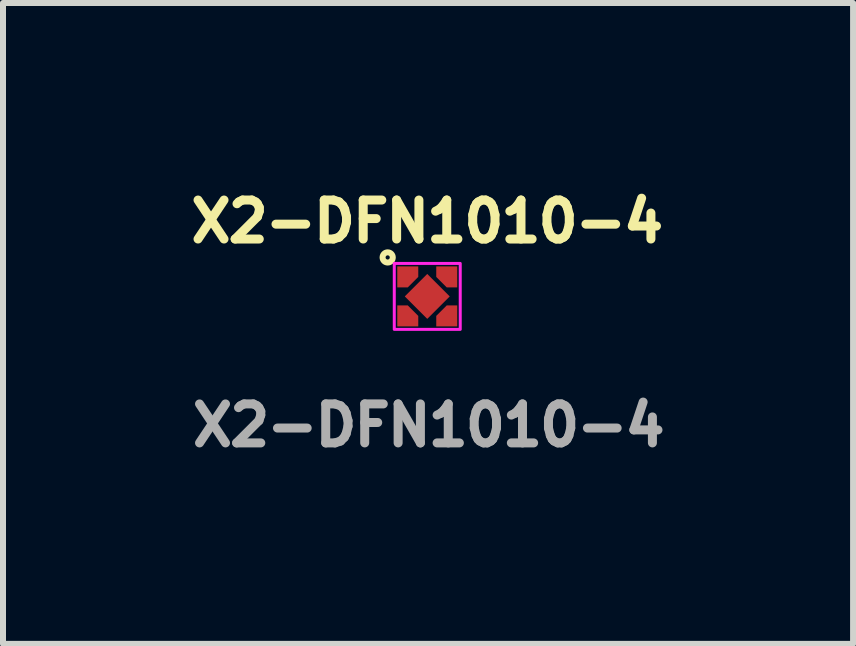
<source format=kicad_pcb>
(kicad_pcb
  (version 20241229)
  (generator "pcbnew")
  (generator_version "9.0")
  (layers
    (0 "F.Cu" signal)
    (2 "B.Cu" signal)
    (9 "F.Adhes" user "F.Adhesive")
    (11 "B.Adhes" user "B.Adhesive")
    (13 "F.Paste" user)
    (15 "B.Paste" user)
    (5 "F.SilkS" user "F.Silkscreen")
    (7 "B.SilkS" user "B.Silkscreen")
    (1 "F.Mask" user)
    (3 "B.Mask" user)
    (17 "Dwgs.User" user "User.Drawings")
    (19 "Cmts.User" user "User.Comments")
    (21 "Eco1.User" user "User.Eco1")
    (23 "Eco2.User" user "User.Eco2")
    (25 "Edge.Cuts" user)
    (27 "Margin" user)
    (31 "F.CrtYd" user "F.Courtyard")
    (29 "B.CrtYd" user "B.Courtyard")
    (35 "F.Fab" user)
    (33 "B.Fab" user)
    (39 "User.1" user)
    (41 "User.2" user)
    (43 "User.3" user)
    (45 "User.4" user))
  (footprint "X2-DFN1010-4"
    (layer "F.Cu")
    (at 4.075 1.893)
    (property "Reference" "X2-DFN1010-4" (at 0 -1.25 0) (unlocked yes) (layer "F.SilkS") (effects (font (size 0.65 0.65) (thickness 0.15) (bold yes))))
    (attr smd)
    (fp_circle (center -0.66 -0.65) (end -0.625 -0.65) (stroke (width 0.1) (type default)) (fill no) (layer "F.SilkS"))
    (fp_rect (start -0.55 -0.55) (end 0.55 0.55) (stroke (width 0.05) (type default)) (fill no) (layer "F.CrtYd"))
    (fp_text user "${REFERENCE}" (at 0.025 2.15 0) (unlocked yes) (layer "F.Fab") (effects (font (size 0.65 0.65) (thickness 0.15))))
    (pad "1" smd roundrect (at -0.325 -0.325) (size 0.35 0.35) (layers "F.Cu" "F.Mask" "F.Paste") (roundrect_rratio 0) (chamfer_ratio 0.5) (chamfer bottom_right))
    (pad "2" smd roundrect (at 0.325 0.325 180) (size 0.35 0.35) (layers "F.Cu" "F.Mask" "F.Paste") (roundrect_rratio 0) (chamfer_ratio 0.5) (chamfer bottom_right))
    (pad "3" smd roundrect (at 0.325 -0.325 270) (size 0.35 0.35) (layers "F.Cu" "F.Mask" "F.Paste") (roundrect_rratio 0) (chamfer_ratio 0.5) (chamfer bottom_right))
    (pad "4" smd rect (at 0 0 45) (size 0.53 0.53) (layers "F.Cu" "F.Mask" "F.Paste"))
    (pad "5" smd roundrect (at -0.325 0.325 90) (size 0.35 0.35) (layers "F.Cu" "F.Mask" "F.Paste") (roundrect_rratio 0) (chamfer_ratio 0.5) (chamfer bottom_right)))
  (gr_rect
    (start -3 -3)
    (end 11.176 7.687)
    (stroke (width 0.1) (type default))
    (fill no)
    (layer "Edge.Cuts")))
</source>
